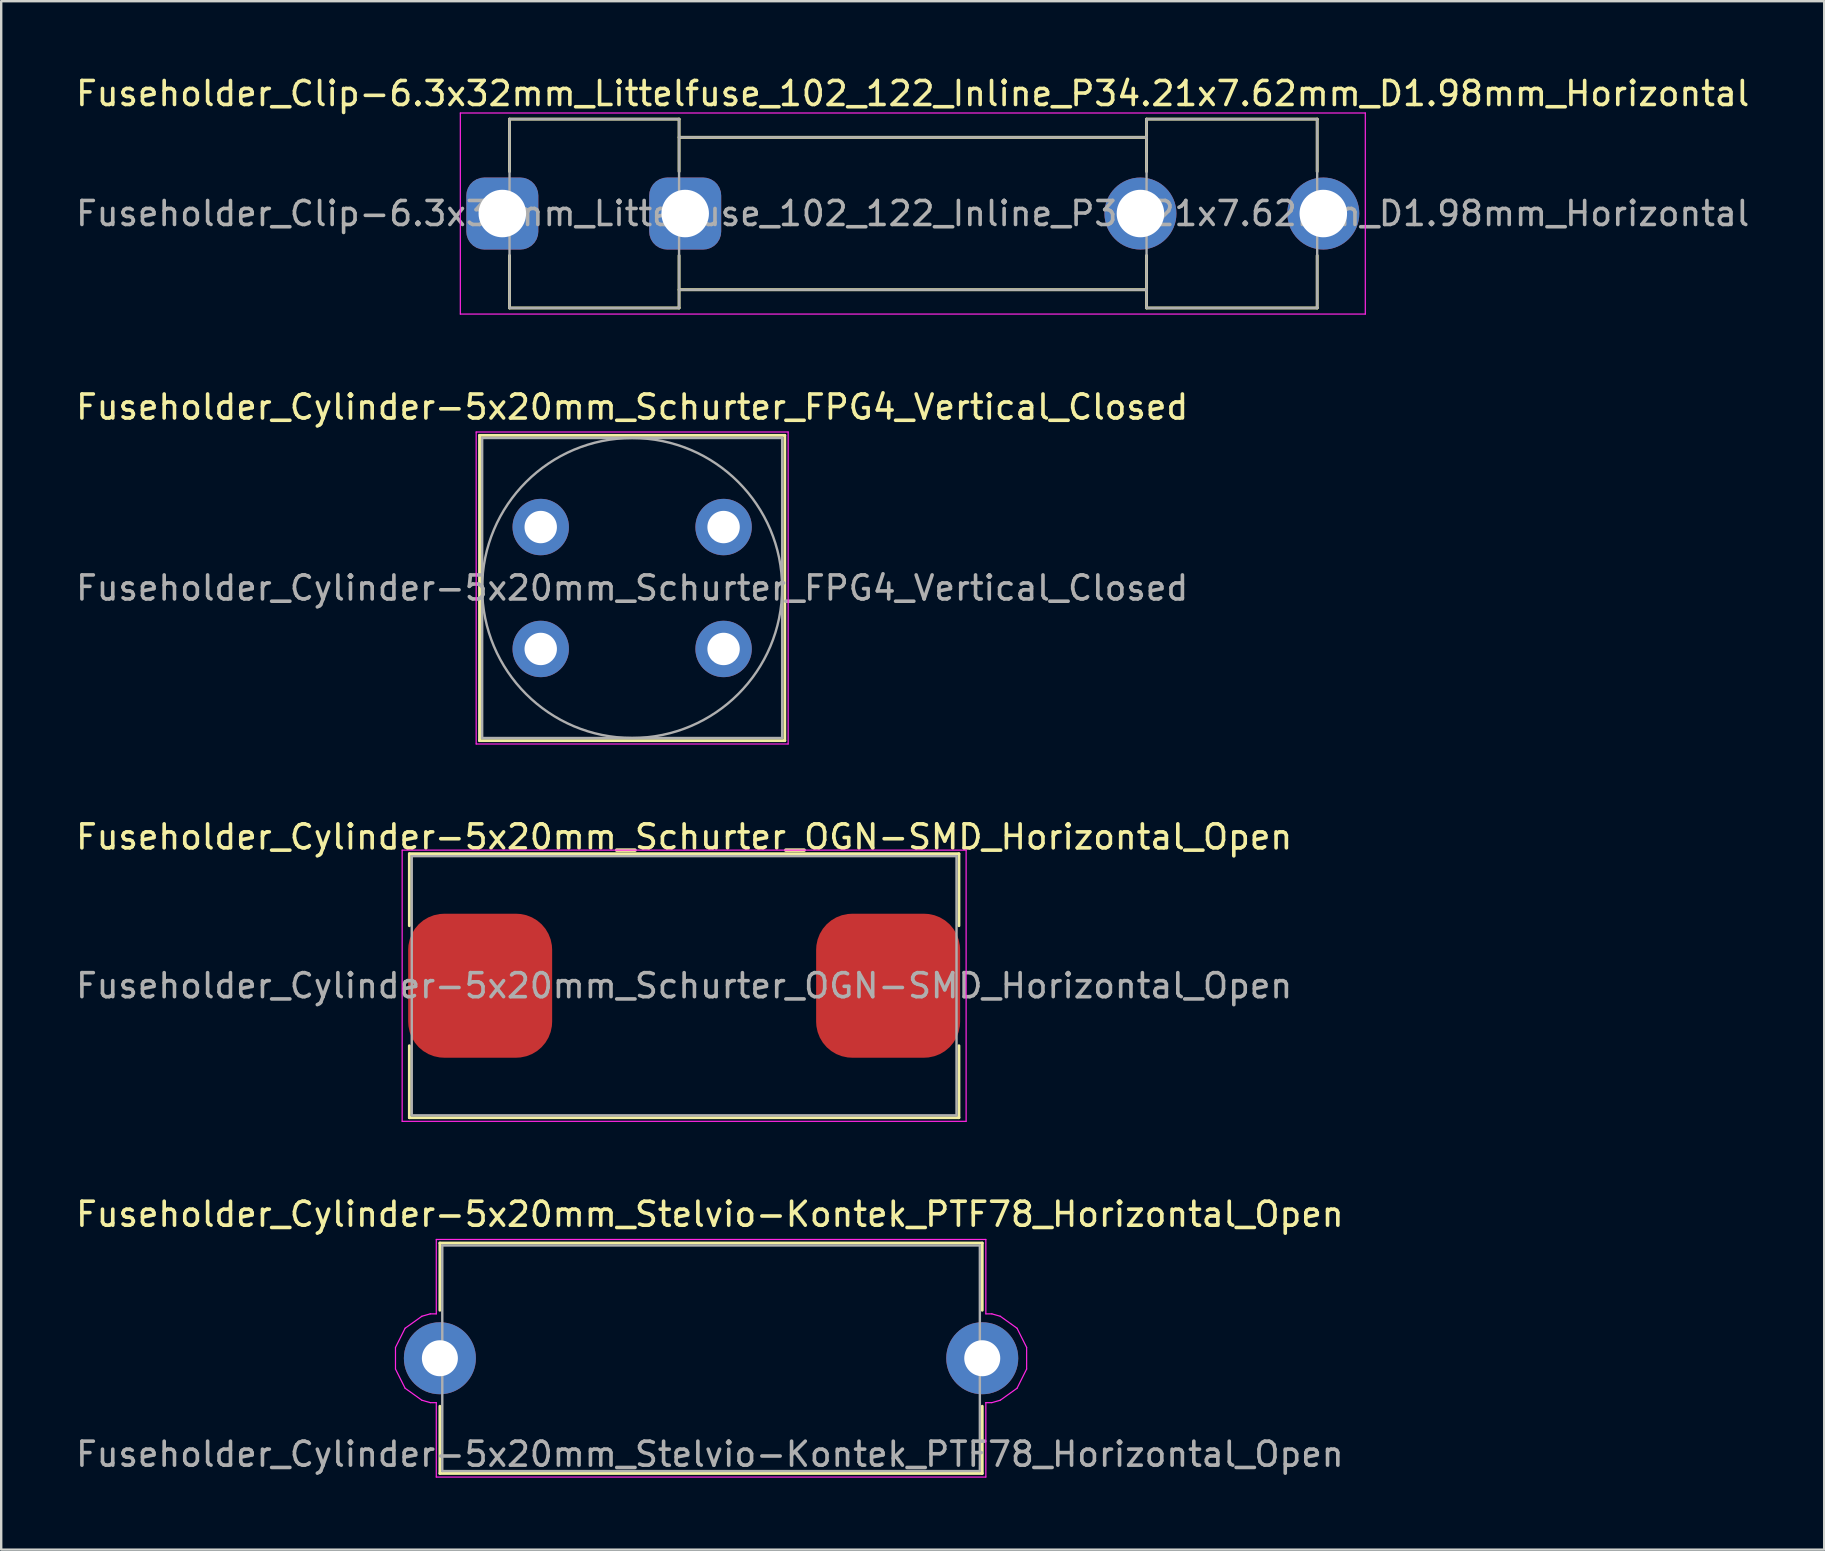
<source format=kicad_pcb>
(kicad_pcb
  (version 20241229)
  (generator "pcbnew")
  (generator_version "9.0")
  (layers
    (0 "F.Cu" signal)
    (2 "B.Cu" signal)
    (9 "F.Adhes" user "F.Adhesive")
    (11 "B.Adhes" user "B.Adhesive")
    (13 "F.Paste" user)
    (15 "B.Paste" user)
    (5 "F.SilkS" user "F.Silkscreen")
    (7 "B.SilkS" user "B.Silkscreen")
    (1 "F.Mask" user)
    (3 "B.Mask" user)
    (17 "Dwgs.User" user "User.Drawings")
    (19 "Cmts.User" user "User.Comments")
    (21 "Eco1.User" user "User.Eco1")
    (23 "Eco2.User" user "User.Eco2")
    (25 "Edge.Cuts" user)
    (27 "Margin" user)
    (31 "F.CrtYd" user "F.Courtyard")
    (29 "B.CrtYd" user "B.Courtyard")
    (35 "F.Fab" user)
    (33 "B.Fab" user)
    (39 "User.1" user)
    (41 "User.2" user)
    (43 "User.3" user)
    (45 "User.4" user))
  (footprint "Fuseholder_Cylinder-5x20mm_Schurter_OGN-SMD_Horizontal_Open"
    (layer "F.Cu")
    (at 25.458 38.025)
    (property "Reference" "Fuseholder_Cylinder-5x20mm_Schurter_OGN-SMD_Horizontal_Open" (at 0 -6.2 0) (layer "F.SilkS") (effects (font (size 1 1) (thickness 0.15))))
    (attr smd)
    (fp_line (start -11.45 -5.5) (end -11.45 -2.5) (stroke (width 0.12) (type solid)) (layer "F.SilkS"))
    (fp_line (start -11.45 -5.5) (end 11.45 -5.5) (stroke (width 0.12) (type solid)) (layer "F.SilkS"))
    (fp_line (start -11.45 5.5) (end -11.45 2.5) (stroke (width 0.12) (type solid)) (layer "F.SilkS"))
    (fp_line (start -11.45 5.5) (end 11.45 5.5) (stroke (width 0.12) (type solid)) (layer "F.SilkS"))
    (fp_line (start 11.45 -5.5) (end 11.45 -2.5) (stroke (width 0.12) (type solid)) (layer "F.SilkS"))
    (fp_line (start 11.45 5.5) (end 11.45 2.5) (stroke (width 0.12) (type solid)) (layer "F.SilkS"))
    (fp_line (start -11.75 -5.65) (end 11.75 -5.65) (stroke (width 0.05) (type solid)) (layer "F.CrtYd"))
    (fp_line (start -11.75 5.65) (end -11.75 -5.65) (stroke (width 0.05) (type solid)) (layer "F.CrtYd"))
    (fp_line (start 11.75 5.65) (end -11.75 5.65) (stroke (width 0.05) (type solid)) (layer "F.CrtYd"))
    (fp_line (start 11.75 5.65) (end 11.75 -5.65) (stroke (width 0.05) (type solid)) (layer "F.CrtYd"))
    (fp_line (start -11.35 -5.4) (end -11.35 5.4) (stroke (width 0.1) (type solid)) (layer "F.Fab"))
    (fp_line (start -11.35 -5.4) (end 11.35 -5.4) (stroke (width 0.1) (type solid)) (layer "F.Fab"))
    (fp_line (start 11.35 -5.4) (end 11.35 5.4) (stroke (width 0.1) (type solid)) (layer "F.Fab"))
    (fp_line (start 11.35 5.4) (end -11.35 5.4) (stroke (width 0.1) (type solid)) (layer "F.Fab"))
    (fp_text user "${REFERENCE}" (at 0 0 0) (layer "F.Fab") (effects (font (size 1 1) (thickness 0.15))))
    (pad "1" smd roundrect (at -8.5 0) (size 6 6) (layers "F.Cu" "F.Mask" "F.Paste") (roundrect_rratio 0.25))
    (pad "2" smd roundrect (at 8.5 0) (size 6 6) (layers "F.Cu" "F.Mask" "F.Paste") (roundrect_rratio 0.25)))
  (footprint "Fuseholder_Clip-6.3x32mm_Littelfuse_102_122_Inline_P34.21x7.62mm_D1.98mm_Horizontal"
    (layer "F.Cu")
    (at 17.882 5.848)
    (property "Reference" "Fuseholder_Clip-6.3x32mm_Littelfuse_102_122_Inline_P34.21x7.62mm_D1.98mm_Horizontal" (at 17.1 -5 0) (layer "F.SilkS") (effects (font (size 1 1) (thickness 0.15))))
    (attr through_hole)
    (fp_line (start 0.3 -3.935) (end 0.3 -1.75) (stroke (width 0.12) (type solid)) (layer "F.SilkS"))
    (fp_line (start 0.3 3.935) (end 0.3 1.75) (stroke (width 0.12) (type solid)) (layer "F.SilkS"))
    (fp_line (start 7.365 -3.935) (end 0.3 -3.935) (stroke (width 0.12) (type solid)) (layer "F.SilkS"))
    (fp_line (start 7.365 -3.935) (end 7.365 -1.75) (stroke (width 0.12) (type solid)) (layer "F.SilkS"))
    (fp_line (start 7.365 3.935) (end 0.3 3.935) (stroke (width 0.12) (type solid)) (layer "F.SilkS"))
    (fp_line (start 7.365 3.935) (end 7.365 1.75) (stroke (width 0.12) (type solid)) (layer "F.SilkS"))
    (fp_line (start 26.845 -3.935) (end 26.845 -1.75) (stroke (width 0.12) (type solid)) (layer "F.SilkS"))
    (fp_line (start 26.845 -3.175) (end 7.365 -3.175) (stroke (width 0.12) (type solid)) (layer "F.SilkS"))
    (fp_line (start 26.845 3.175) (end 7.365 3.175) (stroke (width 0.12) (type solid)) (layer "F.SilkS"))
    (fp_line (start 26.845 3.935) (end 26.845 1.75) (stroke (width 0.12) (type solid)) (layer "F.SilkS"))
    (fp_line (start 26.845 3.935) (end 33.955 3.935) (stroke (width 0.12) (type solid)) (layer "F.SilkS"))
    (fp_line (start 33.955 -3.935) (end 26.845 -3.935) (stroke (width 0.12) (type solid)) (layer "F.SilkS"))
    (fp_line (start 33.955 -1.75) (end 33.955 -3.935) (stroke (width 0.12) (type solid)) (layer "F.SilkS"))
    (fp_line (start 33.955 1.75) (end 33.955 3.935) (stroke (width 0.12) (type solid)) (layer "F.SilkS"))
    (fp_line (start -1.75 -4.19) (end -1.75 4.19) (stroke (width 0.05) (type solid)) (layer "F.CrtYd"))
    (fp_line (start -1.75 -4.19) (end 35.96 -4.19) (stroke (width 0.05) (type solid)) (layer "F.CrtYd"))
    (fp_line (start 35.96 4.19) (end -1.75 4.19) (stroke (width 0.05) (type solid)) (layer "F.CrtYd"))
    (fp_line (start 35.96 4.19) (end 35.96 -4.19) (stroke (width 0.05) (type solid)) (layer "F.CrtYd"))
    (fp_line (start 0.3 -3.935) (end 7.365 -3.935) (stroke (width 0.1) (type solid)) (layer "F.Fab"))
    (fp_line (start 0.3 3.935) (end 0.3 -3.935) (stroke (width 0.1) (type solid)) (layer "F.Fab"))
    (fp_line (start 7.365 -3.935) (end 7.365 3.935) (stroke (width 0.1) (type solid)) (layer "F.Fab"))
    (fp_line (start 7.365 -3.175) (end 26.845 -3.175) (stroke (width 0.1) (type solid)) (layer "F.Fab"))
    (fp_line (start 7.365 3.935) (end 0.3 3.935) (stroke (width 0.1) (type solid)) (layer "F.Fab"))
    (fp_line (start 26.845 -3.935) (end 26.845 3.935) (stroke (width 0.1) (type solid)) (layer "F.Fab"))
    (fp_line (start 26.845 3.175) (end 7.365 3.175) (stroke (width 0.1) (type solid)) (layer "F.Fab"))
    (fp_line (start 26.845 3.935) (end 33.955 3.935) (stroke (width 0.1) (type solid)) (layer "F.Fab"))
    (fp_line (start 33.955 -3.935) (end 26.845 -3.935) (stroke (width 0.1) (type solid)) (layer "F.Fab"))
    (fp_line (start 33.955 3.935) (end 33.955 -3.935) (stroke (width 0.1) (type solid)) (layer "F.Fab"))
    (fp_text user "${REFERENCE}" (at 17.1 0 0) (layer "F.Fab") (effects (font (size 1 1) (thickness 0.15))))
    (pad "1" thru_hole roundrect (at 0 0) (size 3 3) (drill 1.98) (layers "*.Cu" "*.Mask") (roundrect_rratio 0.25))
    (pad "1" thru_hole roundrect (at 7.62 0) (size 3 3) (drill 1.98) (layers "*.Cu" "*.Mask") (roundrect_rratio 0.25))
    (pad "2" thru_hole circle (at 26.59 0) (size 3 3) (drill 1.98) (layers "*.Cu" "*.Mask"))
    (pad "2" thru_hole circle (at 34.21 0) (size 3 3) (drill 1.98) (layers "*.Cu" "*.Mask")))
  (footprint "Fuseholder_Cylinder-5x20mm_Schurter_FPG4_Vertical_Closed"
    (layer "F.Cu")
    (at 19.482 18.912)
    (property "Reference" "Fuseholder_Cylinder-5x20mm_Schurter_FPG4_Vertical_Closed" (at 3.81 -5 0) (layer "F.SilkS") (effects (font (size 1 1) (thickness 0.15))))
    (attr through_hole)
    (fp_line (start -2.55 -3.82) (end 10.17 -3.82) (stroke (width 0.12) (type solid)) (layer "F.SilkS"))
    (fp_line (start -2.55 8.9) (end -2.55 -3.82) (stroke (width 0.12) (type solid)) (layer "F.SilkS"))
    (fp_line (start 10.17 -3.82) (end 10.17 8.9) (stroke (width 0.12) (type solid)) (layer "F.SilkS"))
    (fp_line (start 10.17 8.9) (end -2.55 8.9) (stroke (width 0.12) (type solid)) (layer "F.SilkS"))
    (fp_line (start -2.69 -3.96) (end 10.31 -3.96) (stroke (width 0.05) (type solid)) (layer "F.CrtYd"))
    (fp_line (start -2.69 9.04) (end -2.69 -3.96) (stroke (width 0.05) (type solid)) (layer "F.CrtYd"))
    (fp_line (start 10.31 -3.96) (end 10.31 9.04) (stroke (width 0.05) (type solid)) (layer "F.CrtYd"))
    (fp_line (start 10.31 9.04) (end -2.69 9.04) (stroke (width 0.05) (type solid)) (layer "F.CrtYd"))
    (fp_line (start -2.44 -3.71) (end 10.06 -3.71) (stroke (width 0.1) (type solid)) (layer "F.Fab"))
    (fp_line (start -2.44 8.79) (end -2.44 -3.71) (stroke (width 0.1) (type solid)) (layer "F.Fab"))
    (fp_line (start 10.06 -3.71) (end 10.06 8.79) (stroke (width 0.1) (type solid)) (layer "F.Fab"))
    (fp_line (start 10.06 8.79) (end -2.44 8.79) (stroke (width 0.1) (type solid)) (layer "F.Fab"))
    (fp_circle (center 3.81 2.54) (end 10.06 2.54) (stroke (width 0.1) (type solid)) (fill no) (layer "F.Fab"))
    (fp_text user "${REFERENCE}" (at 3.81 2.54 0) (layer "F.Fab") (effects (font (size 1 1) (thickness 0.15))))
    (pad "1" thru_hole circle (at 0 0) (size 2.35 2.35) (drill 1.35) (layers "*.Cu" "*.Mask"))
    (pad "1" thru_hole circle (at 0 5.08) (size 2.35 2.35) (drill 1.35) (layers "*.Cu" "*.Mask"))
    (pad "2" thru_hole circle (at 7.62 0) (size 2.35 2.35) (drill 1.35) (layers "*.Cu" "*.Mask"))
    (pad "2" thru_hole circle (at 7.62 5.08) (size 2.35 2.35) (drill 1.35) (layers "*.Cu" "*.Mask")))
  (footprint "Fuseholder_Cylinder-5x20mm_Stelvio-Kontek_PTF78_Horizontal_Open"
    (layer "F.Cu")
    (at 15.28 53.548)
    (property "Reference" "Fuseholder_Cylinder-5x20mm_Stelvio-Kontek_PTF78_Horizontal_Open" (at 11.25 -6 0) (layer "F.SilkS") (effects (font (size 1 1) (thickness 0.15))))
    (attr through_hole)
    (fp_line (start 0 -4.8) (end 22.6 -4.8) (stroke (width 0.12) (type solid)) (layer "F.SilkS"))
    (fp_line (start 0 -2) (end 0 -4.8) (stroke (width 0.12) (type solid)) (layer "F.SilkS"))
    (fp_line (start 0 4.8) (end 0 2) (stroke (width 0.12) (type solid)) (layer "F.SilkS"))
    (fp_line (start 0 4.8) (end 22.6 4.8) (stroke (width 0.12) (type solid)) (layer "F.SilkS"))
    (fp_line (start 22.6 -2) (end 22.6 -4.8) (stroke (width 0.12) (type solid)) (layer "F.SilkS"))
    (fp_line (start 22.6 4.8) (end 22.6 2) (stroke (width 0.12) (type solid)) (layer "F.SilkS"))
    (fp_line (start -1.85 -0.45) (end -1.85 0.45) (stroke (width 0.05) (type solid)) (layer "F.CrtYd"))
    (fp_line (start -1.85 -0.45) (end -1.45 -1.25) (stroke (width 0.05) (type solid)) (layer "F.CrtYd"))
    (fp_line (start -1.45 1.25) (end -1.85 0.45) (stroke (width 0.05) (type solid)) (layer "F.CrtYd"))
    (fp_line (start -1.45 1.25) (end -0.75 1.75) (stroke (width 0.05) (type solid)) (layer "F.CrtYd"))
    (fp_line (start -0.75 -1.75) (end -1.45 -1.25) (stroke (width 0.05) (type solid)) (layer "F.CrtYd"))
    (fp_line (start -0.75 1.75) (end -0.4 1.85) (stroke (width 0.05) (type solid)) (layer "F.CrtYd"))
    (fp_line (start -0.4 -1.85) (end -0.75 -1.75) (stroke (width 0.05) (type solid)) (layer "F.CrtYd"))
    (fp_line (start -0.4 1.85) (end -0.15 1.85) (stroke (width 0.05) (type solid)) (layer "F.CrtYd"))
    (fp_line (start -0.15 -4.95) (end 22.75 -4.95) (stroke (width 0.05) (type solid)) (layer "F.CrtYd"))
    (fp_line (start -0.15 -1.85) (end -0.4 -1.85) (stroke (width 0.05) (type solid)) (layer "F.CrtYd"))
    (fp_line (start -0.15 -1.85) (end -0.15 -4.95) (stroke (width 0.05) (type solid)) (layer "F.CrtYd"))
    (fp_line (start -0.15 4.95) (end -0.15 1.85) (stroke (width 0.05) (type solid)) (layer "F.CrtYd"))
    (fp_line (start 22.75 -1.85) (end 22.75 -4.95) (stroke (width 0.05) (type solid)) (layer "F.CrtYd"))
    (fp_line (start 22.75 -1.85) (end 23 -1.85) (stroke (width 0.05) (type solid)) (layer "F.CrtYd"))
    (fp_line (start 22.75 1.85) (end 22.75 4.95) (stroke (width 0.05) (type solid)) (layer "F.CrtYd"))
    (fp_line (start 22.75 1.85) (end 23 1.85) (stroke (width 0.05) (type solid)) (layer "F.CrtYd"))
    (fp_line (start 22.75 4.95) (end -0.15 4.95) (stroke (width 0.05) (type solid)) (layer "F.CrtYd"))
    (fp_line (start 23 1.85) (end 23.35 1.75) (stroke (width 0.05) (type solid)) (layer "F.CrtYd"))
    (fp_line (start 23.35 -1.75) (end 23 -1.85) (stroke (width 0.05) (type solid)) (layer "F.CrtYd"))
    (fp_line (start 23.35 1.75) (end 24.05 1.25) (stroke (width 0.05) (type solid)) (layer "F.CrtYd"))
    (fp_line (start 24.05 -1.25) (end 23.35 -1.75) (stroke (width 0.05) (type solid)) (layer "F.CrtYd"))
    (fp_line (start 24.05 1.25) (end 24.45 0.45) (stroke (width 0.05) (type solid)) (layer "F.CrtYd"))
    (fp_line (start 24.45 -0.45) (end 24.05 -1.25) (stroke (width 0.05) (type solid)) (layer "F.CrtYd"))
    (fp_line (start 24.45 0.45) (end 24.45 -0.45) (stroke (width 0.05) (type solid)) (layer "F.CrtYd"))
    (fp_line (start 0.1 -4.7) (end 0.1 4.7) (stroke (width 0.1) (type solid)) (layer "F.Fab"))
    (fp_line (start 0.1 4.7) (end 22.5 4.7) (stroke (width 0.1) (type solid)) (layer "F.Fab"))
    (fp_line (start 22.5 -4.7) (end 0.1 -4.7) (stroke (width 0.1) (type solid)) (layer "F.Fab"))
    (fp_line (start 22.5 4.7) (end 22.5 -4.7) (stroke (width 0.1) (type solid)) (layer "F.Fab"))
    (fp_text user "${REFERENCE}" (at 11.25 4 0) (layer "F.Fab") (effects (font (size 1 1) (thickness 0.15))))
    (pad "1" thru_hole circle (at 0 0) (size 3 3) (drill 1.5) (layers "*.Cu" "*.Mask"))
    (pad "2" thru_hole circle (at 22.6 0) (size 3 3) (drill 1.5) (layers "*.Cu" "*.Mask")))
  (gr_rect
    (start -3 -3)
    (end 72.964 61.523)
    (stroke (width 0.1) (type default))
    (fill no)
    (layer "Edge.Cuts")))
</source>
